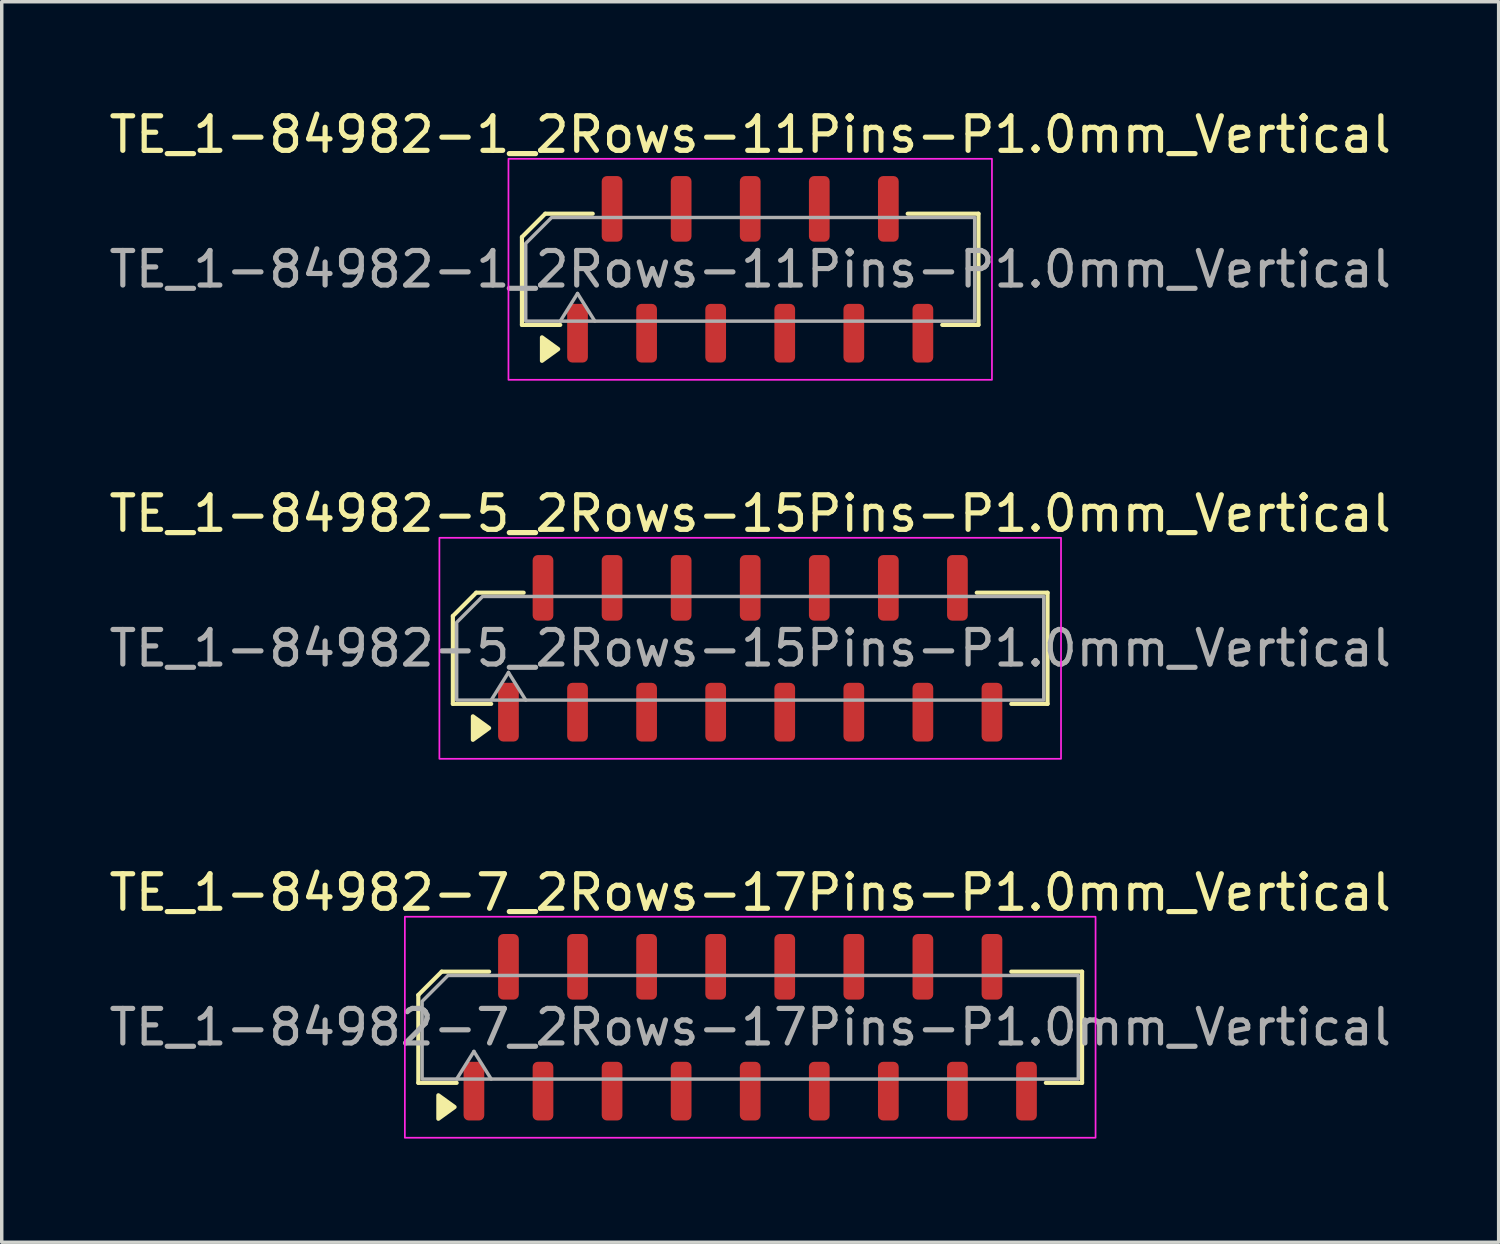
<source format=kicad_pcb>
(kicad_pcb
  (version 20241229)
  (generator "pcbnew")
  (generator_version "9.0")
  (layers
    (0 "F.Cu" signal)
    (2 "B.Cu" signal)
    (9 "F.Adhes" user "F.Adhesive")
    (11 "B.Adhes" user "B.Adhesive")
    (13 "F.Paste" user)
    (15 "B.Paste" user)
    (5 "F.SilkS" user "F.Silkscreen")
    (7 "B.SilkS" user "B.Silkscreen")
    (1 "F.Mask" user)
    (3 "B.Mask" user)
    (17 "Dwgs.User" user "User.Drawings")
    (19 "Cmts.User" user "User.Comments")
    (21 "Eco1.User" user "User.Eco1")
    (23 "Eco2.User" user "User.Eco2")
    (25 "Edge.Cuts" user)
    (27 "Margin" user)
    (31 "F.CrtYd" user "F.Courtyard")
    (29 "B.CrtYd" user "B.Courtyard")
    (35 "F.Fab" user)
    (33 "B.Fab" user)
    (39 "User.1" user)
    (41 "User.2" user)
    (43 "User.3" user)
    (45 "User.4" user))
  (footprint "TE_1-84982-1_2Rows-11Pins-P1.0mm_Vertical"
    (layer "F.Cu")
    (at 18.673 4.748)
    (property "Reference" "TE_1-84982-1_2Rows-11Pins-P1.0mm_Vertical" (at 0 -3.9 0) (layer "F.SilkS") (effects (font (size 1 1) (thickness 0.15))))
    (attr smd)
    (fp_line (start -6.61 -0.934) (end -6.61 1.61) (stroke (width 0.12) (type solid)) (layer "F.SilkS"))
    (fp_line (start -6.61 1.61) (end -5.5 1.61) (stroke (width 0.12) (type solid)) (layer "F.SilkS"))
    (fp_line (start -5.934 -1.61) (end -6.61 -0.934) (stroke (width 0.12) (type solid)) (layer "F.SilkS"))
    (fp_line (start -4.56 -1.61) (end -5.934 -1.61) (stroke (width 0.12) (type solid)) (layer "F.SilkS"))
    (fp_line (start 5.56 1.61) (end 6.61 1.61) (stroke (width 0.12) (type solid)) (layer "F.SilkS"))
    (fp_line (start 6.61 -1.61) (end 4.56 -1.61) (stroke (width 0.12) (type solid)) (layer "F.SilkS"))
    (fp_line (start 6.61 1.61) (end 6.61 -1.61) (stroke (width 0.12) (type solid)) (layer "F.SilkS"))
    (fp_poly (pts (xy -5.56 2.31) (xy -6.03 2.65) (xy -6.03 1.97)) (stroke (width 0.12) (type solid)) (fill yes) (layer "F.SilkS"))
    (fp_rect (start -7 3.2) (end 7 -3.2) (stroke (width 0.05) (type solid)) (fill no) (layer "F.CrtYd"))
    (fp_line (start -5.5 1.5) (end -5 0.7) (stroke (width 0.1) (type solid)) (layer "F.Fab"))
    (fp_line (start -5 0.7) (end -4.5 1.5) (stroke (width 0.1) (type solid)) (layer "F.Fab"))
    (fp_poly (pts (xy -6.5 -0.75) (xy -6.5 1.5) (xy 6.5 1.5) (xy 6.5 -1.5) (xy -5.75 -1.5)) (stroke (width 0.1) (type solid)) (fill no) (layer "F.Fab"))
    (fp_text user "${REFERENCE}" (at 0 0 0) (layer "F.Fab") (effects (font (size 1 1) (thickness 0.15))))
    (pad "1" smd roundrect (at -5 1.85) (size 0.6 1.7) (layers "F.Cu" "F.Mask" "F.Paste") (roundrect_rratio 0.25))
    (pad "2" smd roundrect (at -4 -1.75) (size 0.6 1.9) (layers "F.Cu" "F.Mask" "F.Paste") (roundrect_rratio 0.25))
    (pad "3" smd roundrect (at -3 1.85) (size 0.6 1.7) (layers "F.Cu" "F.Mask" "F.Paste") (roundrect_rratio 0.25))
    (pad "4" smd roundrect (at -2 -1.75) (size 0.6 1.9) (layers "F.Cu" "F.Mask" "F.Paste") (roundrect_rratio 0.25))
    (pad "5" smd roundrect (at -1 1.85) (size 0.6 1.7) (layers "F.Cu" "F.Mask" "F.Paste") (roundrect_rratio 0.25))
    (pad "6" smd roundrect (at 0 -1.75) (size 0.6 1.9) (layers "F.Cu" "F.Mask" "F.Paste") (roundrect_rratio 0.25))
    (pad "7" smd roundrect (at 1 1.85) (size 0.6 1.7) (layers "F.Cu" "F.Mask" "F.Paste") (roundrect_rratio 0.25))
    (pad "8" smd roundrect (at 2 -1.75) (size 0.6 1.9) (layers "F.Cu" "F.Mask" "F.Paste") (roundrect_rratio 0.25))
    (pad "9" smd roundrect (at 3 1.85) (size 0.6 1.7) (layers "F.Cu" "F.Mask" "F.Paste") (roundrect_rratio 0.25))
    (pad "10" smd roundrect (at 4 -1.75) (size 0.6 1.9) (layers "F.Cu" "F.Mask" "F.Paste") (roundrect_rratio 0.25))
    (pad "11" smd roundrect (at 5 1.85) (size 0.6 1.7) (layers "F.Cu" "F.Mask" "F.Paste") (roundrect_rratio 0.25)))
  (footprint "TE_1-84982-5_2Rows-15Pins-P1.0mm_Vertical"
    (layer "F.Cu")
    (at 18.673 15.722)
    (property "Reference" "TE_1-84982-5_2Rows-15Pins-P1.0mm_Vertical" (at 0 -3.9 0) (layer "F.SilkS") (effects (font (size 1 1) (thickness 0.15))))
    (attr smd)
    (fp_line (start -8.61 -0.934) (end -8.61 1.61) (stroke (width 0.12) (type solid)) (layer "F.SilkS"))
    (fp_line (start -8.61 1.61) (end -7.5 1.61) (stroke (width 0.12) (type solid)) (layer "F.SilkS"))
    (fp_line (start -7.934 -1.61) (end -8.61 -0.934) (stroke (width 0.12) (type solid)) (layer "F.SilkS"))
    (fp_line (start -6.56 -1.61) (end -7.934 -1.61) (stroke (width 0.12) (type solid)) (layer "F.SilkS"))
    (fp_line (start 7.56 1.61) (end 8.61 1.61) (stroke (width 0.12) (type solid)) (layer "F.SilkS"))
    (fp_line (start 8.61 -1.61) (end 6.56 -1.61) (stroke (width 0.12) (type solid)) (layer "F.SilkS"))
    (fp_line (start 8.61 1.61) (end 8.61 -1.61) (stroke (width 0.12) (type solid)) (layer "F.SilkS"))
    (fp_poly (pts (xy -7.56 2.31) (xy -8.03 2.65) (xy -8.03 1.97)) (stroke (width 0.12) (type solid)) (fill yes) (layer "F.SilkS"))
    (fp_rect (start -9 3.2) (end 9 -3.2) (stroke (width 0.05) (type solid)) (fill no) (layer "F.CrtYd"))
    (fp_line (start -7.5 1.5) (end -7 0.7) (stroke (width 0.1) (type solid)) (layer "F.Fab"))
    (fp_line (start -7 0.7) (end -6.5 1.5) (stroke (width 0.1) (type solid)) (layer "F.Fab"))
    (fp_poly (pts (xy -8.5 -0.75) (xy -8.5 1.5) (xy 8.5 1.5) (xy 8.5 -1.5) (xy -7.75 -1.5)) (stroke (width 0.1) (type solid)) (fill no) (layer "F.Fab"))
    (fp_text user "${REFERENCE}" (at 0 0 0) (layer "F.Fab") (effects (font (size 1 1) (thickness 0.15))))
    (pad "1" smd roundrect (at -7 1.85) (size 0.6 1.7) (layers "F.Cu" "F.Mask" "F.Paste") (roundrect_rratio 0.25))
    (pad "2" smd roundrect (at -6 -1.75) (size 0.6 1.9) (layers "F.Cu" "F.Mask" "F.Paste") (roundrect_rratio 0.25))
    (pad "3" smd roundrect (at -5 1.85) (size 0.6 1.7) (layers "F.Cu" "F.Mask" "F.Paste") (roundrect_rratio 0.25))
    (pad "4" smd roundrect (at -4 -1.75) (size 0.6 1.9) (layers "F.Cu" "F.Mask" "F.Paste") (roundrect_rratio 0.25))
    (pad "5" smd roundrect (at -3 1.85) (size 0.6 1.7) (layers "F.Cu" "F.Mask" "F.Paste") (roundrect_rratio 0.25))
    (pad "6" smd roundrect (at -2 -1.75) (size 0.6 1.9) (layers "F.Cu" "F.Mask" "F.Paste") (roundrect_rratio 0.25))
    (pad "7" smd roundrect (at -1 1.85) (size 0.6 1.7) (layers "F.Cu" "F.Mask" "F.Paste") (roundrect_rratio 0.25))
    (pad "8" smd roundrect (at 0 -1.75) (size 0.6 1.9) (layers "F.Cu" "F.Mask" "F.Paste") (roundrect_rratio 0.25))
    (pad "9" smd roundrect (at 1 1.85) (size 0.6 1.7) (layers "F.Cu" "F.Mask" "F.Paste") (roundrect_rratio 0.25))
    (pad "10" smd roundrect (at 2 -1.75) (size 0.6 1.9) (layers "F.Cu" "F.Mask" "F.Paste") (roundrect_rratio 0.25))
    (pad "11" smd roundrect (at 3 1.85) (size 0.6 1.7) (layers "F.Cu" "F.Mask" "F.Paste") (roundrect_rratio 0.25))
    (pad "12" smd roundrect (at 4 -1.75) (size 0.6 1.9) (layers "F.Cu" "F.Mask" "F.Paste") (roundrect_rratio 0.25))
    (pad "13" smd roundrect (at 5 1.85) (size 0.6 1.7) (layers "F.Cu" "F.Mask" "F.Paste") (roundrect_rratio 0.25))
    (pad "14" smd roundrect (at 6 -1.75) (size 0.6 1.9) (layers "F.Cu" "F.Mask" "F.Paste") (roundrect_rratio 0.25))
    (pad "15" smd roundrect (at 7 1.85) (size 0.6 1.7) (layers "F.Cu" "F.Mask" "F.Paste") (roundrect_rratio 0.25)))
  (footprint "TE_1-84982-7_2Rows-17Pins-P1.0mm_Vertical"
    (layer "F.Cu")
    (at 18.673 26.695)
    (property "Reference" "TE_1-84982-7_2Rows-17Pins-P1.0mm_Vertical" (at 0 -3.9 0) (layer "F.SilkS") (effects (font (size 1 1) (thickness 0.15))))
    (attr smd)
    (fp_line (start -9.61 -0.934) (end -9.61 1.61) (stroke (width 0.12) (type solid)) (layer "F.SilkS"))
    (fp_line (start -9.61 1.61) (end -8.5 1.61) (stroke (width 0.12) (type solid)) (layer "F.SilkS"))
    (fp_line (start -8.934 -1.61) (end -9.61 -0.934) (stroke (width 0.12) (type solid)) (layer "F.SilkS"))
    (fp_line (start -7.56 -1.61) (end -8.934 -1.61) (stroke (width 0.12) (type solid)) (layer "F.SilkS"))
    (fp_line (start 8.56 1.61) (end 9.61 1.61) (stroke (width 0.12) (type solid)) (layer "F.SilkS"))
    (fp_line (start 9.61 -1.61) (end 7.56 -1.61) (stroke (width 0.12) (type solid)) (layer "F.SilkS"))
    (fp_line (start 9.61 1.61) (end 9.61 -1.61) (stroke (width 0.12) (type solid)) (layer "F.SilkS"))
    (fp_poly (pts (xy -8.56 2.31) (xy -9.03 2.65) (xy -9.03 1.97)) (stroke (width 0.12) (type solid)) (fill yes) (layer "F.SilkS"))
    (fp_rect (start -10 3.2) (end 10 -3.2) (stroke (width 0.05) (type solid)) (fill no) (layer "F.CrtYd"))
    (fp_line (start -8.5 1.5) (end -8 0.7) (stroke (width 0.1) (type solid)) (layer "F.Fab"))
    (fp_line (start -8 0.7) (end -7.5 1.5) (stroke (width 0.1) (type solid)) (layer "F.Fab"))
    (fp_poly (pts (xy -9.5 -0.75) (xy -9.5 1.5) (xy 9.5 1.5) (xy 9.5 -1.5) (xy -8.75 -1.5)) (stroke (width 0.1) (type solid)) (fill no) (layer "F.Fab"))
    (fp_text user "${REFERENCE}" (at 0 0 0) (layer "F.Fab") (effects (font (size 1 1) (thickness 0.15))))
    (pad "1" smd roundrect (at -8 1.85) (size 0.6 1.7) (layers "F.Cu" "F.Mask" "F.Paste") (roundrect_rratio 0.25))
    (pad "2" smd roundrect (at -7 -1.75) (size 0.6 1.9) (layers "F.Cu" "F.Mask" "F.Paste") (roundrect_rratio 0.25))
    (pad "3" smd roundrect (at -6 1.85) (size 0.6 1.7) (layers "F.Cu" "F.Mask" "F.Paste") (roundrect_rratio 0.25))
    (pad "4" smd roundrect (at -5 -1.75) (size 0.6 1.9) (layers "F.Cu" "F.Mask" "F.Paste") (roundrect_rratio 0.25))
    (pad "5" smd roundrect (at -4 1.85) (size 0.6 1.7) (layers "F.Cu" "F.Mask" "F.Paste") (roundrect_rratio 0.25))
    (pad "6" smd roundrect (at -3 -1.75) (size 0.6 1.9) (layers "F.Cu" "F.Mask" "F.Paste") (roundrect_rratio 0.25))
    (pad "7" smd roundrect (at -2 1.85) (size 0.6 1.7) (layers "F.Cu" "F.Mask" "F.Paste") (roundrect_rratio 0.25))
    (pad "8" smd roundrect (at -1 -1.75) (size 0.6 1.9) (layers "F.Cu" "F.Mask" "F.Paste") (roundrect_rratio 0.25))
    (pad "9" smd roundrect (at 0 1.85) (size 0.6 1.7) (layers "F.Cu" "F.Mask" "F.Paste") (roundrect_rratio 0.25))
    (pad "10" smd roundrect (at 1 -1.75) (size 0.6 1.9) (layers "F.Cu" "F.Mask" "F.Paste") (roundrect_rratio 0.25))
    (pad "11" smd roundrect (at 2 1.85) (size 0.6 1.7) (layers "F.Cu" "F.Mask" "F.Paste") (roundrect_rratio 0.25))
    (pad "12" smd roundrect (at 3 -1.75) (size 0.6 1.9) (layers "F.Cu" "F.Mask" "F.Paste") (roundrect_rratio 0.25))
    (pad "13" smd roundrect (at 4 1.85) (size 0.6 1.7) (layers "F.Cu" "F.Mask" "F.Paste") (roundrect_rratio 0.25))
    (pad "14" smd roundrect (at 5 -1.75) (size 0.6 1.9) (layers "F.Cu" "F.Mask" "F.Paste") (roundrect_rratio 0.25))
    (pad "15" smd roundrect (at 6 1.85) (size 0.6 1.7) (layers "F.Cu" "F.Mask" "F.Paste") (roundrect_rratio 0.25))
    (pad "16" smd roundrect (at 7 -1.75) (size 0.6 1.9) (layers "F.Cu" "F.Mask" "F.Paste") (roundrect_rratio 0.25))
    (pad "17" smd roundrect (at 8 1.85) (size 0.6 1.7) (layers "F.Cu" "F.Mask" "F.Paste") (roundrect_rratio 0.25)))
  (gr_rect
    (start -3 -3)
    (end 40.345 32.92)
    (stroke (width 0.1) (type default))
    (fill no)
    (layer "Edge.Cuts")))
</source>
